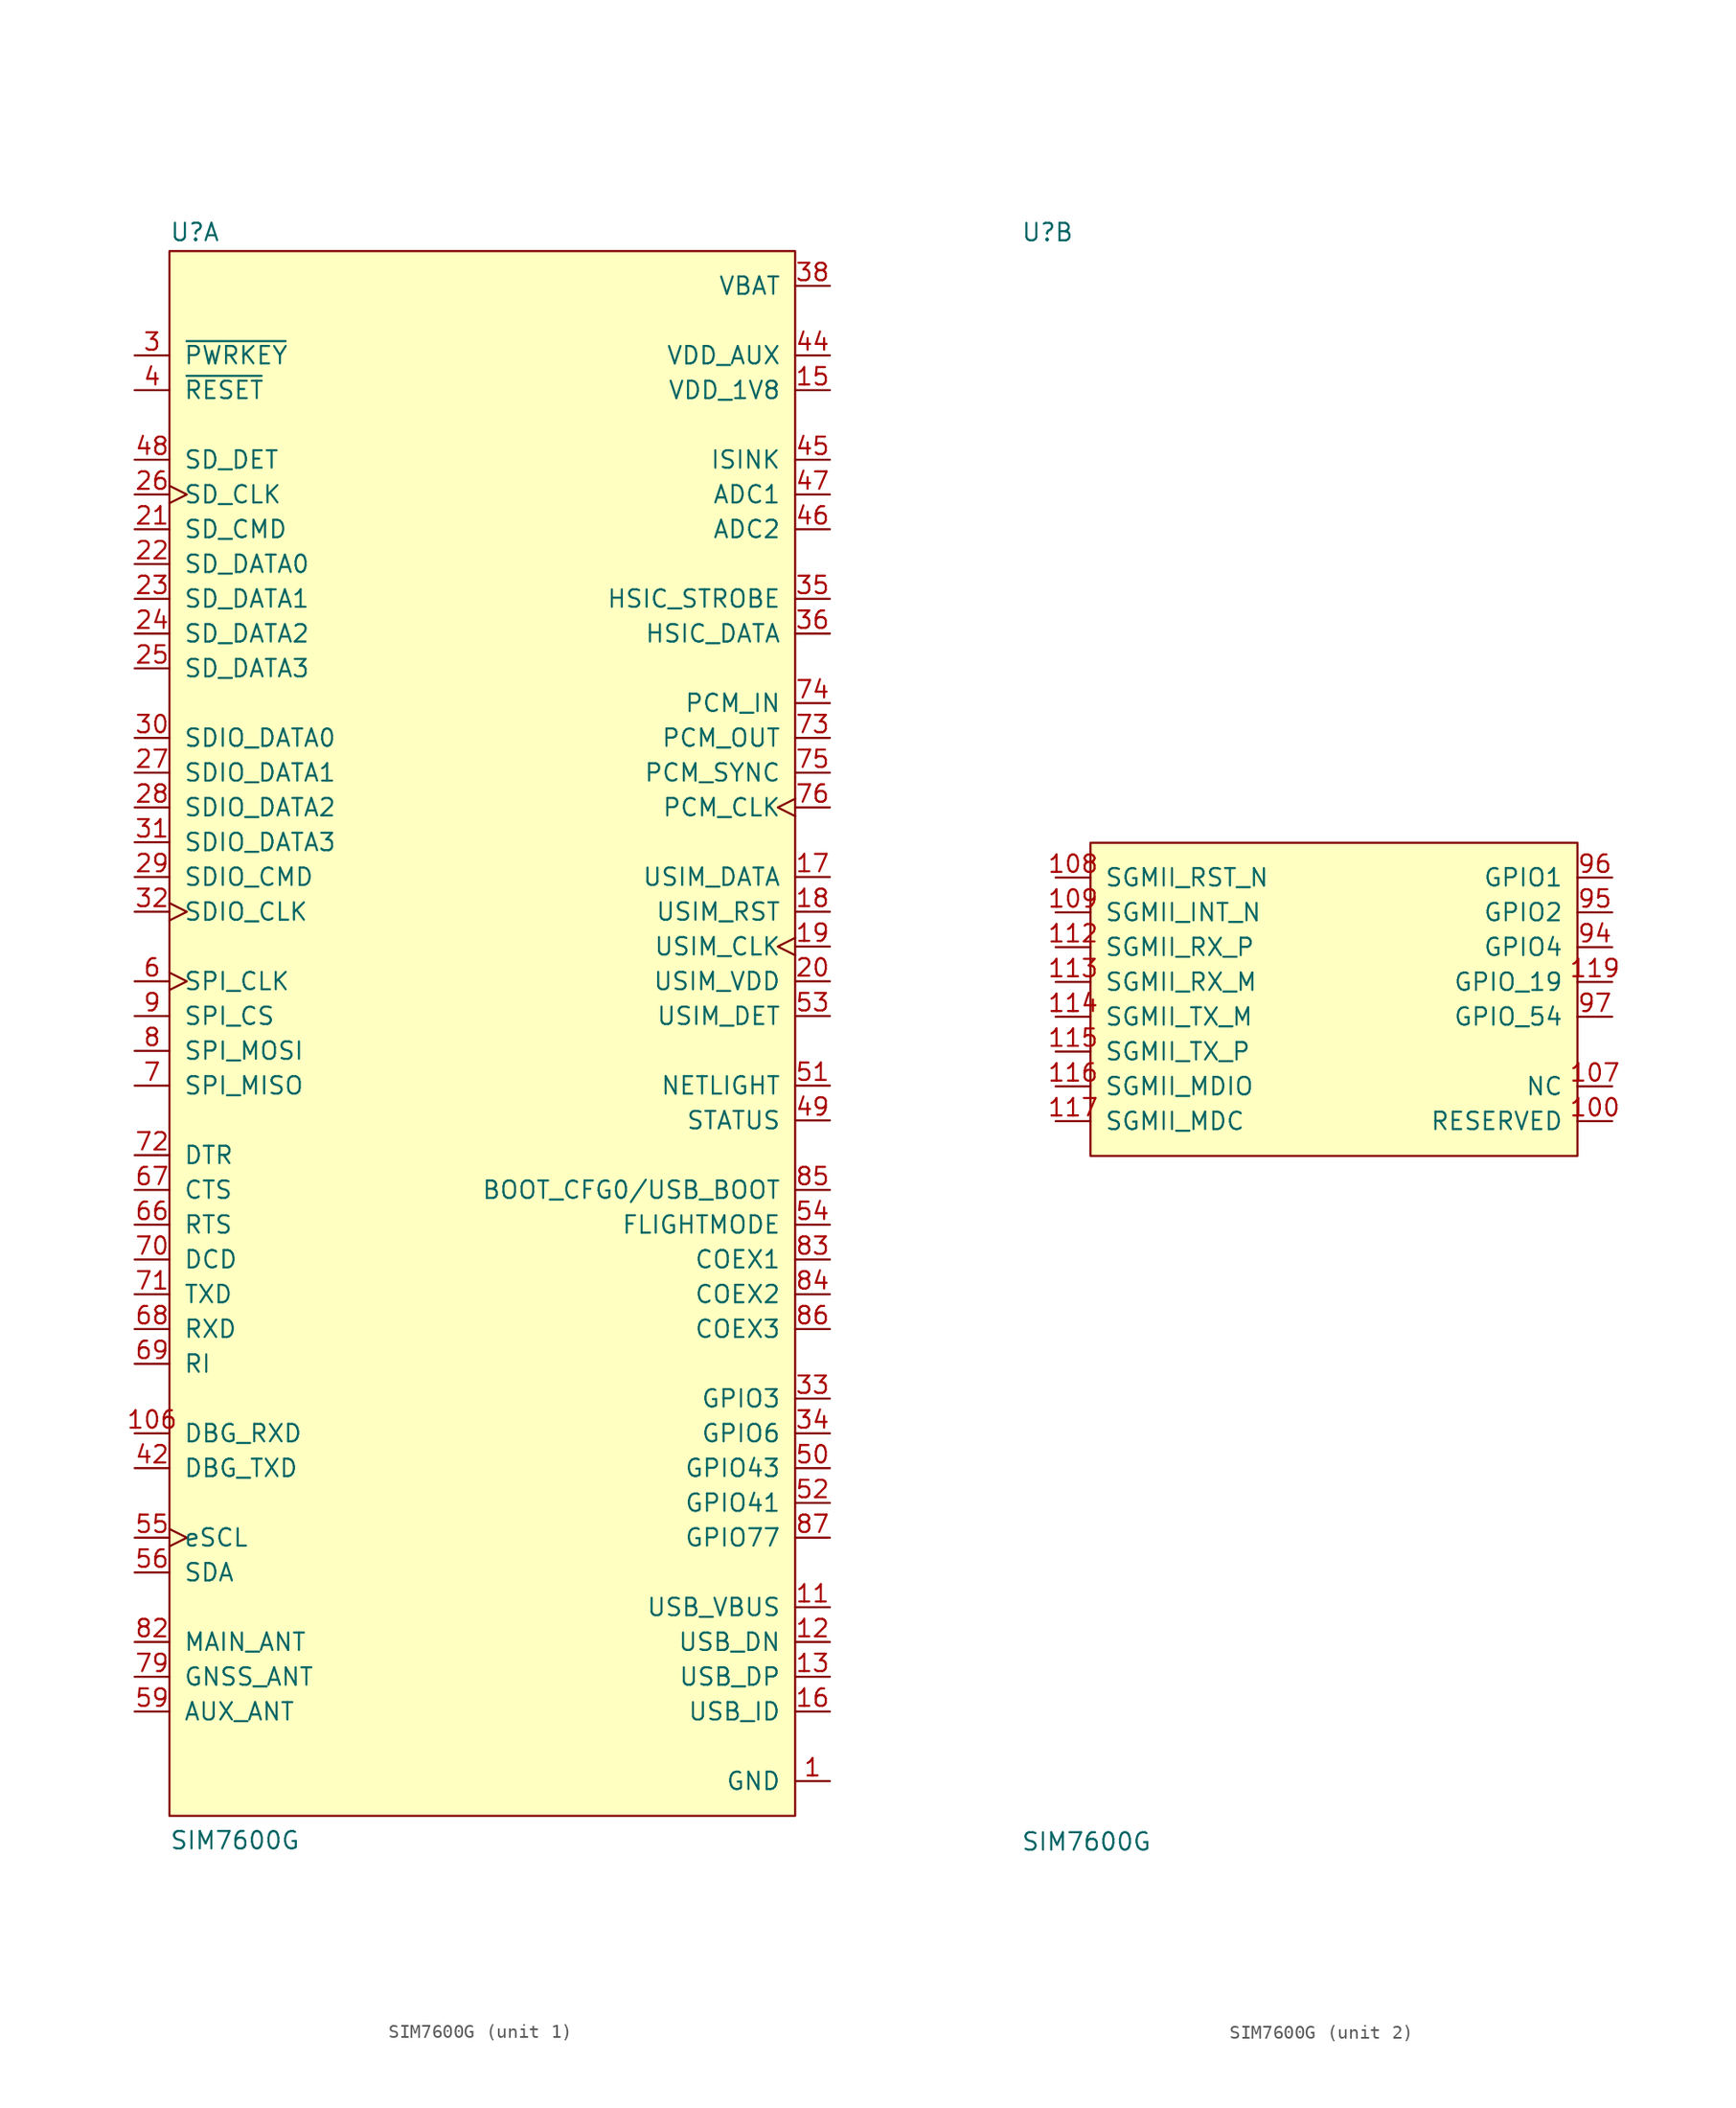
<source format=kicad_sym>
(kicad_symbol_lib
  (version 20220914)
  (generator kicad_symbol_editor)
  (symbol "SIM7600G"
    (pin_names
      (offset 1.016))
    (property "Reference" "U"
      (at -22.86 56.515 0)
      (effects (font (size 1.27 1.27)) (justify left bottom)))
    (property "Value" "SIM7600G"
      (at -22.86 -60.96 0)
      (effects (font (size 1.27 1.27)) (justify left bottom)))
    (symbol "SIM7600G_1_0"
      (rectangle (start -22.86 55.88) (end 22.86 -58.42) (stroke (width 0) (type default)) (fill (type background)))
      (pin power_in line (at 25.4 -55.88 180) (length 2.54) (name "GND" (effects (font (size 1.27 1.27)))) (number "1" (effects (font (size 1.27 1.27)))))
      (pin power_in line (at 25.4 -55.88 180) (length 2.54) hide (name "GND" (effects (font (size 1.27 1.27)))) (number "10" (effects (font (size 1.27 1.27)))))
      (pin input line (at -25.4 -30.48 0) (length 2.54) (name "DBG_RXD" (effects (font (size 1.27 1.27)))) (number "106" (effects (font (size 1.27 1.27)))))
      (pin input line (at 25.4 -43.18 180) (length 2.54) (name "USB_VBUS" (effects (font (size 1.27 1.27)))) (number "11" (effects (font (size 1.27 1.27)))))
      (pin power_in line (at 25.4 -55.88 180) (length 2.54) hide (name "GND" (effects (font (size 1.27 1.27)))) (number "110" (effects (font (size 1.27 1.27)))))
      (pin power_in line (at 25.4 -55.88 180) (length 2.54) hide (name "GND" (effects (font (size 1.27 1.27)))) (number "118" (effects (font (size 1.27 1.27)))))
      (pin bidirectional line (at 25.4 -45.72 180) (length 2.54) (name "USB_DN" (effects (font (size 1.27 1.27)))) (number "12" (effects (font (size 1.27 1.27)))))
      (pin power_in line (at 25.4 -55.88 180) (length 2.54) hide (name "GND" (effects (font (size 1.27 1.27)))) (number "120" (effects (font (size 1.27 1.27)))))
      (pin power_in line (at 25.4 -55.88 180) (length 2.54) hide (name "GND" (effects (font (size 1.27 1.27)))) (number "121" (effects (font (size 1.27 1.27)))))
      (pin power_in line (at 25.4 -55.88 180) (length 2.54) hide (name "GND" (effects (font (size 1.27 1.27)))) (number "122" (effects (font (size 1.27 1.27)))))
      (pin power_in line (at 25.4 -55.88 180) (length 2.54) hide (name "GND" (effects (font (size 1.27 1.27)))) (number "123" (effects (font (size 1.27 1.27)))))
      (pin power_in line (at 25.4 -55.88 180) (length 2.54) hide (name "GND" (effects (font (size 1.27 1.27)))) (number "124" (effects (font (size 1.27 1.27)))))
      (pin power_in line (at 25.4 -55.88 180) (length 2.54) hide (name "GND" (effects (font (size 1.27 1.27)))) (number "125" (effects (font (size 1.27 1.27)))))
      (pin power_in line (at 25.4 -55.88 180) (length 2.54) hide (name "GND" (effects (font (size 1.27 1.27)))) (number "126" (effects (font (size 1.27 1.27)))))
      (pin power_in line (at 25.4 -55.88 180) (length 2.54) hide (name "GND" (effects (font (size 1.27 1.27)))) (number "127" (effects (font (size 1.27 1.27)))))
      (pin power_in line (at 25.4 -55.88 180) (length 2.54) hide (name "GND" (effects (font (size 1.27 1.27)))) (number "128" (effects (font (size 1.27 1.27)))))
      (pin power_in line (at 25.4 -55.88 180) (length 2.54) hide (name "GND" (effects (font (size 1.27 1.27)))) (number "129" (effects (font (size 1.27 1.27)))))
      (pin bidirectional line (at 25.4 -48.26 180) (length 2.54) (name "USB_DP" (effects (font (size 1.27 1.27)))) (number "13" (effects (font (size 1.27 1.27)))))
      (pin power_in line (at 25.4 -55.88 180) (length 2.54) hide (name "GND" (effects (font (size 1.27 1.27)))) (number "130" (effects (font (size 1.27 1.27)))))
      (pin power_in line (at 25.4 -55.88 180) (length 2.54) hide (name "GND" (effects (font (size 1.27 1.27)))) (number "131" (effects (font (size 1.27 1.27)))))
      (pin power_in line (at 25.4 -55.88 180) (length 2.54) hide (name "GND" (effects (font (size 1.27 1.27)))) (number "132" (effects (font (size 1.27 1.27)))))
      (pin power_in line (at 25.4 -55.88 180) (length 2.54) hide (name "GND" (effects (font (size 1.27 1.27)))) (number "133" (effects (font (size 1.27 1.27)))))
      (pin power_in line (at 25.4 -55.88 180) (length 2.54) hide (name "GND" (effects (font (size 1.27 1.27)))) (number "134" (effects (font (size 1.27 1.27)))))
      (pin power_in line (at 25.4 -55.88 180) (length 2.54) hide (name "GND" (effects (font (size 1.27 1.27)))) (number "135" (effects (font (size 1.27 1.27)))))
      (pin power_in line (at 25.4 -55.88 180) (length 2.54) hide (name "GND" (effects (font (size 1.27 1.27)))) (number "14" (effects (font (size 1.27 1.27)))))
      (pin output line (at 25.4 45.72 180) (length 2.54) (name "VDD_1V8" (effects (font (size 1.27 1.27)))) (number "15" (effects (font (size 1.27 1.27)))))
      (pin input line (at 25.4 -50.8 180) (length 2.54) (name "USB_ID" (effects (font (size 1.27 1.27)))) (number "16" (effects (font (size 1.27 1.27)))))
      (pin bidirectional line (at 25.4 10.16 180) (length 2.54) (name "USIM_DATA" (effects (font (size 1.27 1.27)))) (number "17" (effects (font (size 1.27 1.27)))))
      (pin output line (at 25.4 7.62 180) (length 2.54) (name "USIM_RST" (effects (font (size 1.27 1.27)))) (number "18" (effects (font (size 1.27 1.27)))))
      (pin output clock (at 25.4 5.08 180) (length 2.54) (name "USIM_CLK" (effects (font (size 1.27 1.27)))) (number "19" (effects (font (size 1.27 1.27)))))
      (pin power_in line (at 25.4 -55.88 180) (length 2.54) hide (name "GND" (effects (font (size 1.27 1.27)))) (number "2" (effects (font (size 1.27 1.27)))))
      (pin output line (at 25.4 2.54 180) (length 2.54) (name "USIM_VDD" (effects (font (size 1.27 1.27)))) (number "20" (effects (font (size 1.27 1.27)))))
      (pin bidirectional line (at -25.4 35.56 0) (length 2.54) (name "SD_CMD" (effects (font (size 1.27 1.27)))) (number "21" (effects (font (size 1.27 1.27)))))
      (pin bidirectional line (at -25.4 33.02 0) (length 2.54) (name "SD_DATA0" (effects (font (size 1.27 1.27)))) (number "22" (effects (font (size 1.27 1.27)))))
      (pin bidirectional line (at -25.4 30.48 0) (length 2.54) (name "SD_DATA1" (effects (font (size 1.27 1.27)))) (number "23" (effects (font (size 1.27 1.27)))))
      (pin bidirectional line (at -25.4 27.94 0) (length 2.54) (name "SD_DATA2" (effects (font (size 1.27 1.27)))) (number "24" (effects (font (size 1.27 1.27)))))
      (pin bidirectional line (at -25.4 25.4 0) (length 2.54) (name "SD_DATA3" (effects (font (size 1.27 1.27)))) (number "25" (effects (font (size 1.27 1.27)))))
      (pin output clock (at -25.4 38.1 0) (length 2.54) (name "SD_CLK" (effects (font (size 1.27 1.27)))) (number "26" (effects (font (size 1.27 1.27)))))
      (pin bidirectional line (at -25.4 17.78 0) (length 2.54) (name "SDIO_DATA1" (effects (font (size 1.27 1.27)))) (number "27" (effects (font (size 1.27 1.27)))))
      (pin bidirectional line (at -25.4 15.24 0) (length 2.54) (name "SDIO_DATA2" (effects (font (size 1.27 1.27)))) (number "28" (effects (font (size 1.27 1.27)))))
      (pin bidirectional line (at -25.4 10.16 0) (length 2.54) (name "SDIO_CMD" (effects (font (size 1.27 1.27)))) (number "29" (effects (font (size 1.27 1.27)))))
      (pin input line (at -25.4 48.26 0) (length 2.54) (name "~{PWRKEY}" (effects (font (size 1.27 1.27)))) (number "3" (effects (font (size 1.27 1.27)))))
      (pin bidirectional line (at -25.4 20.32 0) (length 2.54) (name "SDIO_DATA0" (effects (font (size 1.27 1.27)))) (number "30" (effects (font (size 1.27 1.27)))))
      (pin bidirectional line (at -25.4 12.7 0) (length 2.54) (name "SDIO_DATA3" (effects (font (size 1.27 1.27)))) (number "31" (effects (font (size 1.27 1.27)))))
      (pin output clock (at -25.4 7.62 0) (length 2.54) (name "SDIO_CLK" (effects (font (size 1.27 1.27)))) (number "32" (effects (font (size 1.27 1.27)))))
      (pin bidirectional line (at 25.4 -27.94 180) (length 2.54) (name "GPIO3" (effects (font (size 1.27 1.27)))) (number "33" (effects (font (size 1.27 1.27)))))
      (pin bidirectional line (at 25.4 -30.48 180) (length 2.54) (name "GPIO6" (effects (font (size 1.27 1.27)))) (number "34" (effects (font (size 1.27 1.27)))))
      (pin bidirectional line (at 25.4 30.48 180) (length 2.54) (name "HSIC_STROBE" (effects (font (size 1.27 1.27)))) (number "35" (effects (font (size 1.27 1.27)))))
      (pin bidirectional line (at 25.4 27.94 180) (length 2.54) (name "HSIC_DATA" (effects (font (size 1.27 1.27)))) (number "36" (effects (font (size 1.27 1.27)))))
      (pin power_in line (at 25.4 -55.88 180) (length 2.54) hide (name "GND" (effects (font (size 1.27 1.27)))) (number "37" (effects (font (size 1.27 1.27)))))
      (pin power_in line (at 25.4 53.34 180) (length 2.54) (name "VBAT" (effects (font (size 1.27 1.27)))) (number "38" (effects (font (size 1.27 1.27)))))
      (pin power_in line (at 25.4 53.34 180) (length 2.54) hide (name "VBAT" (effects (font (size 1.27 1.27)))) (number "39" (effects (font (size 1.27 1.27)))))
      (pin input line (at -25.4 45.72 0) (length 2.54) (name "~{RESET}" (effects (font (size 1.27 1.27)))) (number "4" (effects (font (size 1.27 1.27)))))
      (pin power_in line (at 25.4 -55.88 180) (length 2.54) hide (name "GND" (effects (font (size 1.27 1.27)))) (number "40" (effects (font (size 1.27 1.27)))))
      (pin power_in line (at 25.4 -55.88 180) (length 2.54) hide (name "GND" (effects (font (size 1.27 1.27)))) (number "41" (effects (font (size 1.27 1.27)))))
      (pin output line (at -25.4 -33.02 0) (length 2.54) (name "DBG_TXD" (effects (font (size 1.27 1.27)))) (number "42" (effects (font (size 1.27 1.27)))))
      (pin power_in line (at 25.4 -55.88 180) (length 2.54) hide (name "GND" (effects (font (size 1.27 1.27)))) (number "43" (effects (font (size 1.27 1.27)))))
      (pin output line (at 25.4 48.26 180) (length 2.54) (name "VDD_AUX" (effects (font (size 1.27 1.27)))) (number "44" (effects (font (size 1.27 1.27)))))
      (pin input line (at 25.4 40.64 180) (length 2.54) (name "ISINK" (effects (font (size 1.27 1.27)))) (number "45" (effects (font (size 1.27 1.27)))))
      (pin input line (at 25.4 35.56 180) (length 2.54) (name "ADC2" (effects (font (size 1.27 1.27)))) (number "46" (effects (font (size 1.27 1.27)))))
      (pin input line (at 25.4 38.1 180) (length 2.54) (name "ADC1" (effects (font (size 1.27 1.27)))) (number "47" (effects (font (size 1.27 1.27)))))
      (pin input line (at -25.4 40.64 0) (length 2.54) (name "SD_DET" (effects (font (size 1.27 1.27)))) (number "48" (effects (font (size 1.27 1.27)))))
      (pin output line (at 25.4 -7.62 180) (length 2.54) (name "STATUS" (effects (font (size 1.27 1.27)))) (number "49" (effects (font (size 1.27 1.27)))))
      (pin power_in line (at 25.4 -55.88 180) (length 2.54) hide (name "GND" (effects (font (size 1.27 1.27)))) (number "5" (effects (font (size 1.27 1.27)))))
      (pin bidirectional line (at 25.4 -33.02 180) (length 2.54) (name "GPIO43" (effects (font (size 1.27 1.27)))) (number "50" (effects (font (size 1.27 1.27)))))
      (pin output line (at 25.4 -5.08 180) (length 2.54) (name "NETLIGHT" (effects (font (size 1.27 1.27)))) (number "51" (effects (font (size 1.27 1.27)))))
      (pin bidirectional line (at 25.4 -35.56 180) (length 2.54) (name "GPIO41" (effects (font (size 1.27 1.27)))) (number "52" (effects (font (size 1.27 1.27)))))
      (pin bidirectional line (at 25.4 0 180) (length 2.54) (name "USIM_DET" (effects (font (size 1.27 1.27)))) (number "53" (effects (font (size 1.27 1.27)))))
      (pin input line (at 25.4 -15.24 180) (length 2.54) (name "FLIGHTMODE" (effects (font (size 1.27 1.27)))) (number "54" (effects (font (size 1.27 1.27)))))
      (pin output clock (at -25.4 -38.1 0) (length 2.54) (name "eSCL" (effects (font (size 1.27 1.27)))) (number "55" (effects (font (size 1.27 1.27)))))
      (pin bidirectional line (at -25.4 -40.64 0) (length 2.54) (name "SDA" (effects (font (size 1.27 1.27)))) (number "56" (effects (font (size 1.27 1.27)))))
      (pin power_in line (at 25.4 -55.88 180) (length 2.54) hide (name "GND" (effects (font (size 1.27 1.27)))) (number "57" (effects (font (size 1.27 1.27)))))
      (pin power_in line (at 25.4 -55.88 180) (length 2.54) hide (name "GND" (effects (font (size 1.27 1.27)))) (number "58" (effects (font (size 1.27 1.27)))))
      (pin input line (at -25.4 -50.8 0) (length 2.54) (name "AUX_ANT" (effects (font (size 1.27 1.27)))) (number "59" (effects (font (size 1.27 1.27)))))
      (pin output clock (at -25.4 2.54 0) (length 2.54) (name "SPI_CLK" (effects (font (size 1.27 1.27)))) (number "6" (effects (font (size 1.27 1.27)))))
      (pin power_in line (at 25.4 -55.88 180) (length 2.54) hide (name "GND" (effects (font (size 1.27 1.27)))) (number "60" (effects (font (size 1.27 1.27)))))
      (pin power_in line (at 25.4 -55.88 180) (length 2.54) hide (name "GND" (effects (font (size 1.27 1.27)))) (number "61" (effects (font (size 1.27 1.27)))))
      (pin power_in line (at 25.4 53.34 180) (length 2.54) hide (name "VBAT" (effects (font (size 1.27 1.27)))) (number "62" (effects (font (size 1.27 1.27)))))
      (pin power_in line (at 25.4 53.34 180) (length 2.54) hide (name "VBAT" (effects (font (size 1.27 1.27)))) (number "63" (effects (font (size 1.27 1.27)))))
      (pin power_in line (at 25.4 -55.88 180) (length 2.54) hide (name "GND" (effects (font (size 1.27 1.27)))) (number "64" (effects (font (size 1.27 1.27)))))
      (pin power_in line (at 25.4 -55.88 180) (length 2.54) hide (name "GND" (effects (font (size 1.27 1.27)))) (number "65" (effects (font (size 1.27 1.27)))))
      (pin output line (at -25.4 -15.24 0) (length 2.54) (name "RTS" (effects (font (size 1.27 1.27)))) (number "66" (effects (font (size 1.27 1.27)))))
      (pin input line (at -25.4 -12.7 0) (length 2.54) (name "CTS" (effects (font (size 1.27 1.27)))) (number "67" (effects (font (size 1.27 1.27)))))
      (pin input line (at -25.4 -22.86 0) (length 2.54) (name "RXD" (effects (font (size 1.27 1.27)))) (number "68" (effects (font (size 1.27 1.27)))))
      (pin output line (at -25.4 -25.4 0) (length 2.54) (name "RI" (effects (font (size 1.27 1.27)))) (number "69" (effects (font (size 1.27 1.27)))))
      (pin input line (at -25.4 -5.08 0) (length 2.54) (name "SPI_MISO" (effects (font (size 1.27 1.27)))) (number "7" (effects (font (size 1.27 1.27)))))
      (pin output line (at -25.4 -17.78 0) (length 2.54) (name "DCD" (effects (font (size 1.27 1.27)))) (number "70" (effects (font (size 1.27 1.27)))))
      (pin output line (at -25.4 -20.32 0) (length 2.54) (name "TXD" (effects (font (size 1.27 1.27)))) (number "71" (effects (font (size 1.27 1.27)))))
      (pin input line (at -25.4 -10.16 0) (length 2.54) (name "DTR" (effects (font (size 1.27 1.27)))) (number "72" (effects (font (size 1.27 1.27)))))
      (pin output line (at 25.4 20.32 180) (length 2.54) (name "PCM_OUT" (effects (font (size 1.27 1.27)))) (number "73" (effects (font (size 1.27 1.27)))))
      (pin input line (at 25.4 22.86 180) (length 2.54) (name "PCM_IN" (effects (font (size 1.27 1.27)))) (number "74" (effects (font (size 1.27 1.27)))))
      (pin bidirectional line (at 25.4 17.78 180) (length 2.54) (name "PCM_SYNC" (effects (font (size 1.27 1.27)))) (number "75" (effects (font (size 1.27 1.27)))))
      (pin bidirectional clock (at 25.4 15.24 180) (length 2.54) (name "PCM_CLK" (effects (font (size 1.27 1.27)))) (number "76" (effects (font (size 1.27 1.27)))))
      (pin power_in line (at 25.4 -55.88 180) (length 2.54) hide (name "GND" (effects (font (size 1.27 1.27)))) (number "77" (effects (font (size 1.27 1.27)))))
      (pin power_in line (at 25.4 -55.88 180) (length 2.54) hide (name "GND" (effects (font (size 1.27 1.27)))) (number "78" (effects (font (size 1.27 1.27)))))
      (pin input line (at -25.4 -48.26 0) (length 2.54) (name "GNSS_ANT" (effects (font (size 1.27 1.27)))) (number "79" (effects (font (size 1.27 1.27)))))
      (pin output line (at -25.4 -2.54 0) (length 2.54) (name "SPI_MOSI" (effects (font (size 1.27 1.27)))) (number "8" (effects (font (size 1.27 1.27)))))
      (pin power_in line (at 25.4 -55.88 180) (length 2.54) hide (name "GND" (effects (font (size 1.27 1.27)))) (number "80" (effects (font (size 1.27 1.27)))))
      (pin power_in line (at 25.4 -55.88 180) (length 2.54) hide (name "GND" (effects (font (size 1.27 1.27)))) (number "81" (effects (font (size 1.27 1.27)))))
      (pin bidirectional line (at -25.4 -45.72 0) (length 2.54) (name "MAIN_ANT" (effects (font (size 1.27 1.27)))) (number "82" (effects (font (size 1.27 1.27)))))
      (pin bidirectional line (at 25.4 -17.78 180) (length 2.54) (name "COEX1" (effects (font (size 1.27 1.27)))) (number "83" (effects (font (size 1.27 1.27)))))
      (pin bidirectional line (at 25.4 -20.32 180) (length 2.54) (name "COEX2" (effects (font (size 1.27 1.27)))) (number "84" (effects (font (size 1.27 1.27)))))
      (pin input line (at 25.4 -12.7 180) (length 2.54) (name "BOOT_CFG0/USB_BOOT" (effects (font (size 1.27 1.27)))) (number "85" (effects (font (size 1.27 1.27)))))
      (pin bidirectional line (at 25.4 -22.86 180) (length 2.54) (name "COEX3" (effects (font (size 1.27 1.27)))) (number "86" (effects (font (size 1.27 1.27)))))
      (pin bidirectional line (at 25.4 -38.1 180) (length 2.54) (name "GPIO77" (effects (font (size 1.27 1.27)))) (number "87" (effects (font (size 1.27 1.27)))))
      (pin output line (at -25.4 0 0) (length 2.54) (name "SPI_CS" (effects (font (size 1.27 1.27)))) (number "9" (effects (font (size 1.27 1.27)))))
      (pin power_in line (at 25.4 -55.88 180) (length 2.54) hide (name "GND" (effects (font (size 1.27 1.27)))) (number "93" (effects (font (size 1.27 1.27)))))
      (pin power_in line (at 25.4 -55.88 180) (length 2.54) hide (name "GND" (effects (font (size 1.27 1.27)))) (number "98" (effects (font (size 1.27 1.27))))))
    (symbol "SIM7600G_2_0"
      (rectangle (start -17.78 12.7) (end 17.78 -10.16) (stroke (width 0) (type default)) (fill (type background)))
      (pin passive line (at 20.32 -7.62 180) (length 2.54) (name "RESERVED" (effects (font (size 1.27 1.27)))) (number "100" (effects (font (size 1.27 1.27)))))
      (pin passive line (at 20.32 -7.62 180) (length 2.54) hide (name "RESERVED" (effects (font (size 1.27 1.27)))) (number "101" (effects (font (size 1.27 1.27)))))
      (pin passive line (at 20.32 -7.62 180) (length 2.54) hide (name "RESERVED" (effects (font (size 1.27 1.27)))) (number "102" (effects (font (size 1.27 1.27)))))
      (pin passive line (at 20.32 -7.62 180) (length 2.54) hide (name "RESERVED" (effects (font (size 1.27 1.27)))) (number "103" (effects (font (size 1.27 1.27)))))
      (pin passive line (at 20.32 -7.62 180) (length 2.54) hide (name "RESERVED" (effects (font (size 1.27 1.27)))) (number "104" (effects (font (size 1.27 1.27)))))
      (pin passive line (at 20.32 -7.62 180) (length 2.54) hide (name "RESERVED" (effects (font (size 1.27 1.27)))) (number "105" (effects (font (size 1.27 1.27)))))
      (pin passive line (at 20.32 -5.08 180) (length 2.54) (name "NC" (effects (font (size 1.27 1.27)))) (number "107" (effects (font (size 1.27 1.27)))))
      (pin bidirectional line (at -20.32 10.16 0) (length 2.54) (name "SGMII_RST_N" (effects (font (size 1.27 1.27)))) (number "108" (effects (font (size 1.27 1.27)))))
      (pin bidirectional line (at -20.32 7.62 0) (length 2.54) (name "SGMII_INT_N" (effects (font (size 1.27 1.27)))) (number "109" (effects (font (size 1.27 1.27)))))
      (pin passive line (at 20.32 -7.62 180) (length 2.54) hide (name "RESERVED" (effects (font (size 1.27 1.27)))) (number "111" (effects (font (size 1.27 1.27)))))
      (pin bidirectional line (at -20.32 5.08 0) (length 2.54) (name "SGMII_RX_P" (effects (font (size 1.27 1.27)))) (number "112" (effects (font (size 1.27 1.27)))))
      (pin bidirectional line (at -20.32 2.54 0) (length 2.54) (name "SGMII_RX_M" (effects (font (size 1.27 1.27)))) (number "113" (effects (font (size 1.27 1.27)))))
      (pin bidirectional line (at -20.32 0 0) (length 2.54) (name "SGMII_TX_M" (effects (font (size 1.27 1.27)))) (number "114" (effects (font (size 1.27 1.27)))))
      (pin bidirectional line (at -20.32 -2.54 0) (length 2.54) (name "SGMII_TX_P" (effects (font (size 1.27 1.27)))) (number "115" (effects (font (size 1.27 1.27)))))
      (pin bidirectional line (at -20.32 -5.08 0) (length 2.54) (name "SGMII_MDIO" (effects (font (size 1.27 1.27)))) (number "116" (effects (font (size 1.27 1.27)))))
      (pin bidirectional line (at -20.32 -7.62 0) (length 2.54) (name "SGMII_MDC" (effects (font (size 1.27 1.27)))) (number "117" (effects (font (size 1.27 1.27)))))
      (pin bidirectional line (at 20.32 2.54 180) (length 2.54) (name "GPIO_19" (effects (font (size 1.27 1.27)))) (number "119" (effects (font (size 1.27 1.27)))))
      (pin passive line (at 20.32 -7.62 180) (length 2.54) hide (name "RESERVED" (effects (font (size 1.27 1.27)))) (number "88" (effects (font (size 1.27 1.27)))))
      (pin passive line (at 20.32 -7.62 180) (length 2.54) hide (name "RESERVED" (effects (font (size 1.27 1.27)))) (number "89" (effects (font (size 1.27 1.27)))))
      (pin passive line (at 20.32 -7.62 180) (length 2.54) hide (name "RESERVED" (effects (font (size 1.27 1.27)))) (number "90" (effects (font (size 1.27 1.27)))))
      (pin passive line (at 20.32 -7.62 180) (length 2.54) hide (name "RESERVED" (effects (font (size 1.27 1.27)))) (number "91" (effects (font (size 1.27 1.27)))))
      (pin passive line (at 20.32 -7.62 180) (length 2.54) hide (name "RESERVED" (effects (font (size 1.27 1.27)))) (number "92" (effects (font (size 1.27 1.27)))))
      (pin bidirectional line (at 20.32 5.08 180) (length 2.54) (name "GPIO4" (effects (font (size 1.27 1.27)))) (number "94" (effects (font (size 1.27 1.27)))))
      (pin bidirectional line (at 20.32 7.62 180) (length 2.54) (name "GPIO2" (effects (font (size 1.27 1.27)))) (number "95" (effects (font (size 1.27 1.27)))))
      (pin bidirectional line (at 20.32 10.16 180) (length 2.54) (name "GPIO1" (effects (font (size 1.27 1.27)))) (number "96" (effects (font (size 1.27 1.27)))))
      (pin bidirectional line (at 20.32 0 180) (length 2.54) (name "GPIO_54" (effects (font (size 1.27 1.27)))) (number "97" (effects (font (size 1.27 1.27)))))
      (pin passive line (at 20.32 -7.62 180) (length 2.54) hide (name "RESERVED" (effects (font (size 1.27 1.27)))) (number "99" (effects (font (size 1.27 1.27))))))))
</source>
